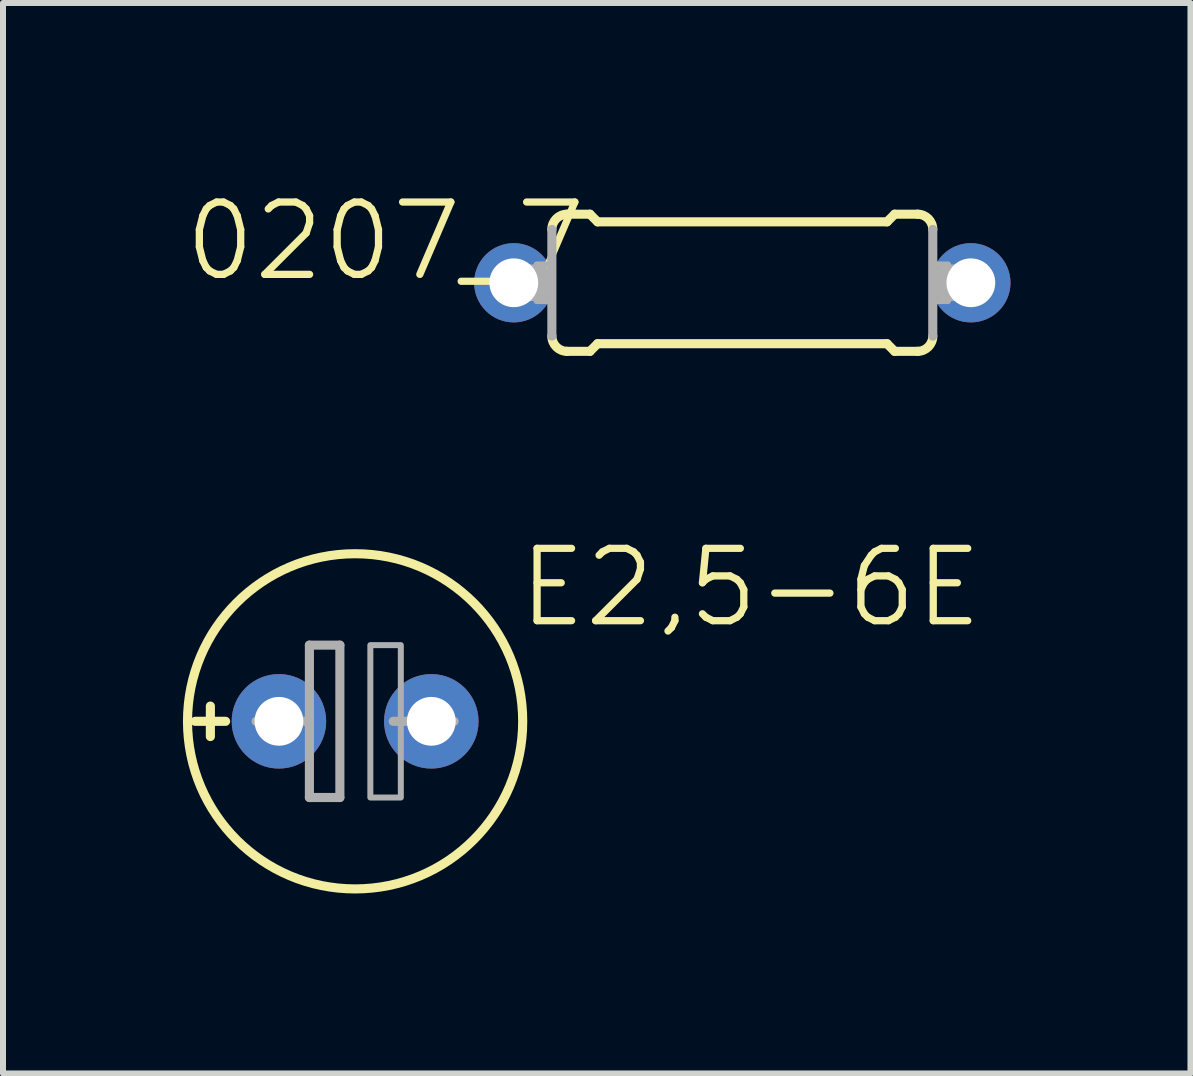
<source format=kicad_pcb>
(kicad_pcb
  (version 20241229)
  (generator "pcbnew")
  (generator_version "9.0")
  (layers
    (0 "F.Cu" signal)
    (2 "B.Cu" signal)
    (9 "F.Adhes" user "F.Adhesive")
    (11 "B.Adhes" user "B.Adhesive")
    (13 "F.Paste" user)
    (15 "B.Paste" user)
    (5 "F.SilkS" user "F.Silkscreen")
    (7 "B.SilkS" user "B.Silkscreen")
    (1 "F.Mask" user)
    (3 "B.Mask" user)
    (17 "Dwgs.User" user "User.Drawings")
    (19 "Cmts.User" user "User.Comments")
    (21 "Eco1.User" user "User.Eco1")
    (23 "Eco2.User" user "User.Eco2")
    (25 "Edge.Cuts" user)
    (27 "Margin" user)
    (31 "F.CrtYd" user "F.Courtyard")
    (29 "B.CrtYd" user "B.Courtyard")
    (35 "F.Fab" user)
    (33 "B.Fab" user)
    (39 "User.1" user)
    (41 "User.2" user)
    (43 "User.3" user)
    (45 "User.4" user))
  (footprint "0207_7"
    (layer "F.Cu")
    (at 9.325 1.664)
    (property "Reference" "0207_7" (at -2.54 -1.397 180) (layer "F.SilkS") (effects (font (size 1.206 1.206) (thickness 0.121)) (justify right top)))
    (attr through_hole)
    (fp_line (start -2.921 -1.143) (end -2.54 -1.143) (stroke (width 0.152) (type solid)) (layer "F.SilkS"))
    (fp_line (start -2.921 1.143) (end -2.54 1.143) (stroke (width 0.152) (type solid)) (layer "F.SilkS"))
    (fp_line (start -2.413 -1.016) (end -2.54 -1.143) (stroke (width 0.152) (type solid)) (layer "F.SilkS"))
    (fp_line (start -2.413 1.016) (end -2.54 1.143) (stroke (width 0.152) (type solid)) (layer "F.SilkS"))
    (fp_line (start 2.413 -1.016) (end -2.413 -1.016) (stroke (width 0.152) (type solid)) (layer "F.SilkS"))
    (fp_line (start 2.413 -1.016) (end 2.54 -1.143) (stroke (width 0.152) (type solid)) (layer "F.SilkS"))
    (fp_line (start 2.413 1.016) (end -2.413 1.016) (stroke (width 0.152) (type solid)) (layer "F.SilkS"))
    (fp_line (start 2.413 1.016) (end 2.54 1.143) (stroke (width 0.152) (type solid)) (layer "F.SilkS"))
    (fp_line (start 2.921 -1.143) (end 2.54 -1.143) (stroke (width 0.152) (type solid)) (layer "F.SilkS"))
    (fp_line (start 2.921 1.143) (end 2.54 1.143) (stroke (width 0.152) (type solid)) (layer "F.SilkS"))
    (fp_arc (start -3.175 -0.889) (mid -3.100605 -1.068605) (end -2.921 -1.143) (stroke (width 0.1524) (type solid)) (layer "F.SilkS"))
    (fp_arc (start -2.921 1.143) (mid -3.100605 1.068605) (end -3.175 0.889) (stroke (width 0.1524) (type solid)) (layer "F.SilkS"))
    (fp_arc (start 2.921 -1.143) (mid 3.100605 -1.068605) (end 3.175 -0.889) (stroke (width 0.1524) (type solid)) (layer "F.SilkS"))
    (fp_arc (start 3.175 0.889) (mid 3.100605 1.068605) (end 2.921 1.143) (stroke (width 0.1524) (type solid)) (layer "F.SilkS"))
    (fp_line (start -3.81 0) (end -3.429 0) (stroke (width 0.61) (type solid)) (layer "F.Fab"))
    (fp_line (start -3.175 0.889) (end -3.175 -0.889) (stroke (width 0.152) (type solid)) (layer "F.Fab"))
    (fp_line (start 3.175 0.889) (end 3.175 -0.889) (stroke (width 0.152) (type solid)) (layer "F.Fab"))
    (fp_line (start 3.429 0) (end 3.81 0) (stroke (width 0.61) (type solid)) (layer "F.Fab"))
    (fp_poly (pts (xy -3.429 0.305) (xy -3.175 0.305) (xy -3.175 -0.305) (xy -3.429 -0.305)) (stroke (width 0.1) (type solid)) (fill no) (layer "F.Fab"))
    (fp_poly (pts (xy 3.175 0.305) (xy 3.429 0.305) (xy 3.429 -0.305) (xy 3.175 -0.305)) (stroke (width 0.1) (type solid)) (fill no) (layer "F.Fab"))
    (pad "1" thru_hole circle (at -3.81 0) (size 1.321 1.321) (drill 0.813) (layers "*.Cu" "*.Mask"))
    (pad "2" thru_hole circle (at 3.81 0) (size 1.321 1.321) (drill 0.813) (layers "*.Cu" "*.Mask")))
  (footprint "E2,5-6E"
    (layer "F.Cu")
    (at 2.87 8.975)
    (property "Reference" "E2,5-6E" (at 2.667 -1.524 0) (layer "F.SilkS") (effects (font (size 1.206 1.206) (thickness 0.121)) (justify left bottom)))
    (attr through_hole)
    (fp_line (start -2.413 0.254) (end -2.413 -0.254) (stroke (width 0.152) (type solid)) (layer "F.SilkS"))
    (fp_line (start -2.159 0) (end -2.667 0) (stroke (width 0.152) (type solid)) (layer "F.SilkS"))
    (fp_circle (center 0 0) (end 2.794 0) (stroke (width 0.152) (type solid)) (fill no) (layer "F.SilkS"))
    (fp_line (start -1.651 0) (end -0.762 0) (stroke (width 0.152) (type solid)) (layer "F.Fab"))
    (fp_line (start -0.762 -1.27) (end -0.762 0) (stroke (width 0.152) (type solid)) (layer "F.Fab"))
    (fp_line (start -0.762 0) (end -0.762 1.27) (stroke (width 0.152) (type solid)) (layer "F.Fab"))
    (fp_line (start -0.762 1.27) (end -0.254 1.27) (stroke (width 0.152) (type solid)) (layer "F.Fab"))
    (fp_line (start -0.254 -1.27) (end -0.762 -1.27) (stroke (width 0.152) (type solid)) (layer "F.Fab"))
    (fp_line (start -0.254 1.27) (end -0.254 -1.27) (stroke (width 0.152) (type solid)) (layer "F.Fab"))
    (fp_line (start 0.635 0) (end 1.651 0) (stroke (width 0.152) (type solid)) (layer "F.Fab"))
    (fp_poly (pts (xy 0.254 1.27) (xy 0.762 1.27) (xy 0.762 -1.27) (xy 0.254 -1.27)) (stroke (width 0.1) (type solid)) (fill no) (layer "F.Fab"))
    (pad "+" thru_hole circle (at -1.27 0) (size 1.575 1.575) (drill 0.813) (layers "*.Cu" "*.Mask"))
    (pad "-" thru_hole circle (at 1.27 0) (size 1.575 1.575) (drill 0.813) (layers "*.Cu" "*.Mask")))
  (gr_rect
    (start -3 -3)
    (end 16.796 14.845)
    (stroke (width 0.1) (type default))
    (fill no)
    (layer "Edge.Cuts")))
</source>
